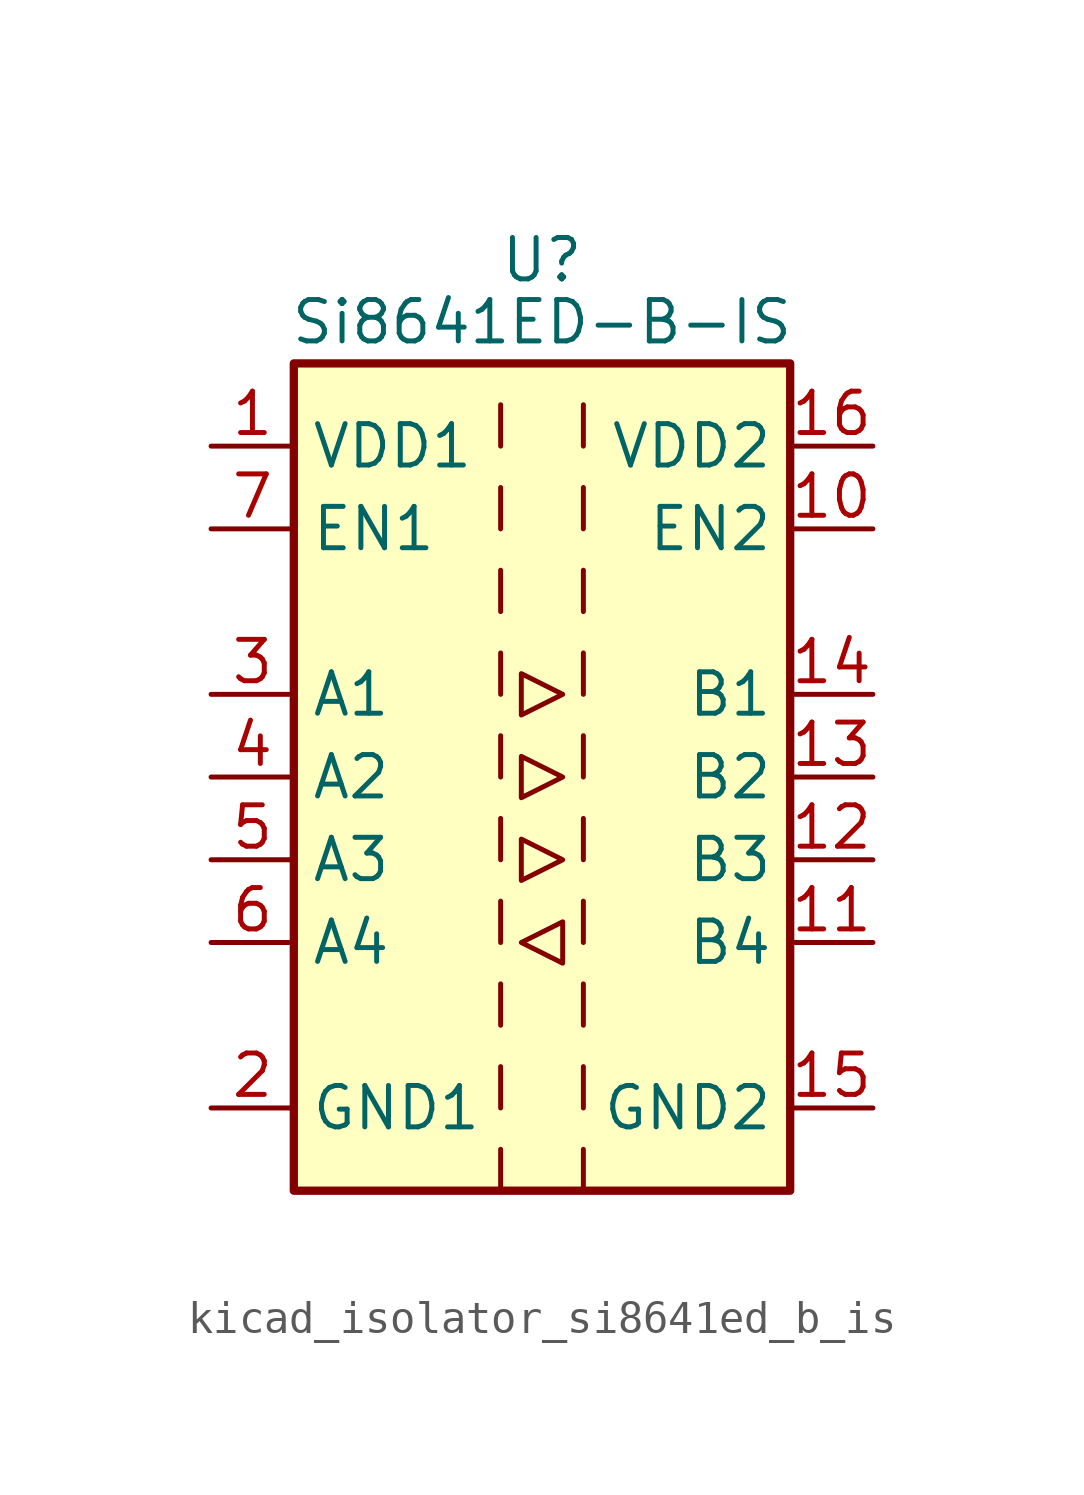
<source format=kicad_sym>
(kicad_symbol_lib
  (version 20220914)
  (generator kicad_symbol_editor)
  (symbol "kicad_isolator_si8641ed_b_is"
    (property "Reference" "U"
      (at 0 15.875 0)
      (effects (font (size 1.27 1.27))))
    (property "Value" "Si8641ED-B-IS"
      (at 0 13.97 0)
      (effects (font (size 1.27 1.27))))
    (symbol "kicad_isolator_si8641ed_b_is_0_1"
      (rectangle (start -7.62 12.7) (end 7.62 -12.7) (stroke (width 0.254) (type default)) (fill (type background)))
      (polyline (pts (xy -1.27 -11.43) (xy -1.27 -12.7)) (stroke (width 0) (type default)) (fill (type none)))
      (polyline (pts (xy -1.27 -8.89) (xy -1.27 -10.16)) (stroke (width 0) (type default)) (fill (type none)))
      (polyline (pts (xy -1.27 -6.35) (xy -1.27 -7.62)) (stroke (width 0) (type default)) (fill (type none)))
      (polyline (pts (xy -1.27 -3.81) (xy -1.27 -5.08)) (stroke (width 0) (type default)) (fill (type none)))
      (polyline (pts (xy -1.27 -1.27) (xy -1.27 -2.54)) (stroke (width 0) (type default)) (fill (type none)))
      (polyline (pts (xy -1.27 1.27) (xy -1.27 0)) (stroke (width 0) (type default)) (fill (type none)))
      (polyline (pts (xy -1.27 3.81) (xy -1.27 2.54)) (stroke (width 0) (type default)) (fill (type none)))
      (polyline (pts (xy -1.27 6.35) (xy -1.27 5.08)) (stroke (width 0) (type default)) (fill (type none)))
      (polyline (pts (xy -1.27 8.89) (xy -1.27 7.62)) (stroke (width 0) (type default)) (fill (type none)))
      (polyline (pts (xy -1.27 11.43) (xy -1.27 10.16)) (stroke (width 0) (type default)) (fill (type none)))
      (polyline (pts (xy 1.27 -11.43) (xy 1.27 -12.7)) (stroke (width 0) (type default)) (fill (type none)))
      (polyline (pts (xy 1.27 -8.89) (xy 1.27 -10.16)) (stroke (width 0) (type default)) (fill (type none)))
      (polyline (pts (xy 1.27 -6.35) (xy 1.27 -7.62)) (stroke (width 0) (type default)) (fill (type none)))
      (polyline (pts (xy 1.27 -3.81) (xy 1.27 -5.08)) (stroke (width 0) (type default)) (fill (type none)))
      (polyline (pts (xy 1.27 -1.27) (xy 1.27 -2.54)) (stroke (width 0) (type default)) (fill (type none)))
      (polyline (pts (xy 1.27 1.27) (xy 1.27 0)) (stroke (width 0) (type default)) (fill (type none)))
      (polyline (pts (xy 1.27 3.81) (xy 1.27 2.54)) (stroke (width 0) (type default)) (fill (type none)))
      (polyline (pts (xy 1.27 6.35) (xy 1.27 5.08)) (stroke (width 0) (type default)) (fill (type none)))
      (polyline (pts (xy 1.27 8.89) (xy 1.27 7.62)) (stroke (width 0) (type default)) (fill (type none)))
      (polyline (pts (xy 1.27 11.43) (xy 1.27 10.16)) (stroke (width 0) (type default)) (fill (type none)))
      (polyline (pts (xy -0.635 -5.08) (xy 0.635 -4.445) (xy 0.635 -5.715) (xy -0.635 -5.08)) (stroke (width 0) (type default)) (fill (type none)))
      (polyline (pts (xy -0.635 0.635) (xy -0.635 -0.635) (xy 0.635 0) (xy -0.635 0.635)) (stroke (width 0) (type default)) (fill (type none)))
      (polyline (pts (xy -0.635 3.175) (xy -0.635 1.905) (xy 0.635 2.54) (xy -0.635 3.175)) (stroke (width 0) (type default)) (fill (type none)))
      (polyline (pts (xy 0.635 -2.54) (xy -0.635 -1.905) (xy -0.635 -3.175) (xy 0.635 -2.54)) (stroke (width 0) (type default)) (fill (type none))))
    (symbol "kicad_isolator_si8641ed_b_is_1_1"
      (pin power_in line (at -10.16 10.16 0) (length 2.54) (name "VDD1" (effects (font (size 1.27 1.27)))) (number "1" (effects (font (size 1.27 1.27)))))
      (pin input line (at 10.16 7.62 180) (length 2.54) (name "EN2" (effects (font (size 1.27 1.27)))) (number "10" (effects (font (size 1.27 1.27)))))
      (pin input line (at 10.16 -5.08 180) (length 2.54) (name "B4" (effects (font (size 1.27 1.27)))) (number "11" (effects (font (size 1.27 1.27)))))
      (pin output line (at 10.16 -2.54 180) (length 2.54) (name "B3" (effects (font (size 1.27 1.27)))) (number "12" (effects (font (size 1.27 1.27)))))
      (pin output line (at 10.16 0 180) (length 2.54) (name "B2" (effects (font (size 1.27 1.27)))) (number "13" (effects (font (size 1.27 1.27)))))
      (pin output line (at 10.16 2.54 180) (length 2.54) (name "B1" (effects (font (size 1.27 1.27)))) (number "14" (effects (font (size 1.27 1.27)))))
      (pin power_in line (at 10.16 -10.16 180) (length 2.54) (name "GND2" (effects (font (size 1.27 1.27)))) (number "15" (effects (font (size 1.27 1.27)))))
      (pin power_in line (at 10.16 10.16 180) (length 2.54) (name "VDD2" (effects (font (size 1.27 1.27)))) (number "16" (effects (font (size 1.27 1.27)))))
      (pin power_in line (at -10.16 -10.16 0) (length 2.54) (name "GND1" (effects (font (size 1.27 1.27)))) (number "2" (effects (font (size 1.27 1.27)))))
      (pin input line (at -10.16 2.54 0) (length 2.54) (name "A1" (effects (font (size 1.27 1.27)))) (number "3" (effects (font (size 1.27 1.27)))))
      (pin input line (at -10.16 0 0) (length 2.54) (name "A2" (effects (font (size 1.27 1.27)))) (number "4" (effects (font (size 1.27 1.27)))))
      (pin input line (at -10.16 -2.54 0) (length 2.54) (name "A3" (effects (font (size 1.27 1.27)))) (number "5" (effects (font (size 1.27 1.27)))))
      (pin output line (at -10.16 -5.08 0) (length 2.54) (name "A4" (effects (font (size 1.27 1.27)))) (number "6" (effects (font (size 1.27 1.27)))))
      (pin input line (at -10.16 7.62 0) (length 2.54) (name "EN1" (effects (font (size 1.27 1.27)))) (number "7" (effects (font (size 1.27 1.27)))))
      (pin passive line (at -10.16 -10.16 0) (length 2.54) hide (name "GND1" (effects (font (size 1.27 1.27)))) (number "8" (effects (font (size 1.27 1.27)))))
      (pin passive line (at 10.16 -10.16 180) (length 2.54) hide (name "GND2" (effects (font (size 1.27 1.27)))) (number "9" (effects (font (size 1.27 1.27))))))))
</source>
